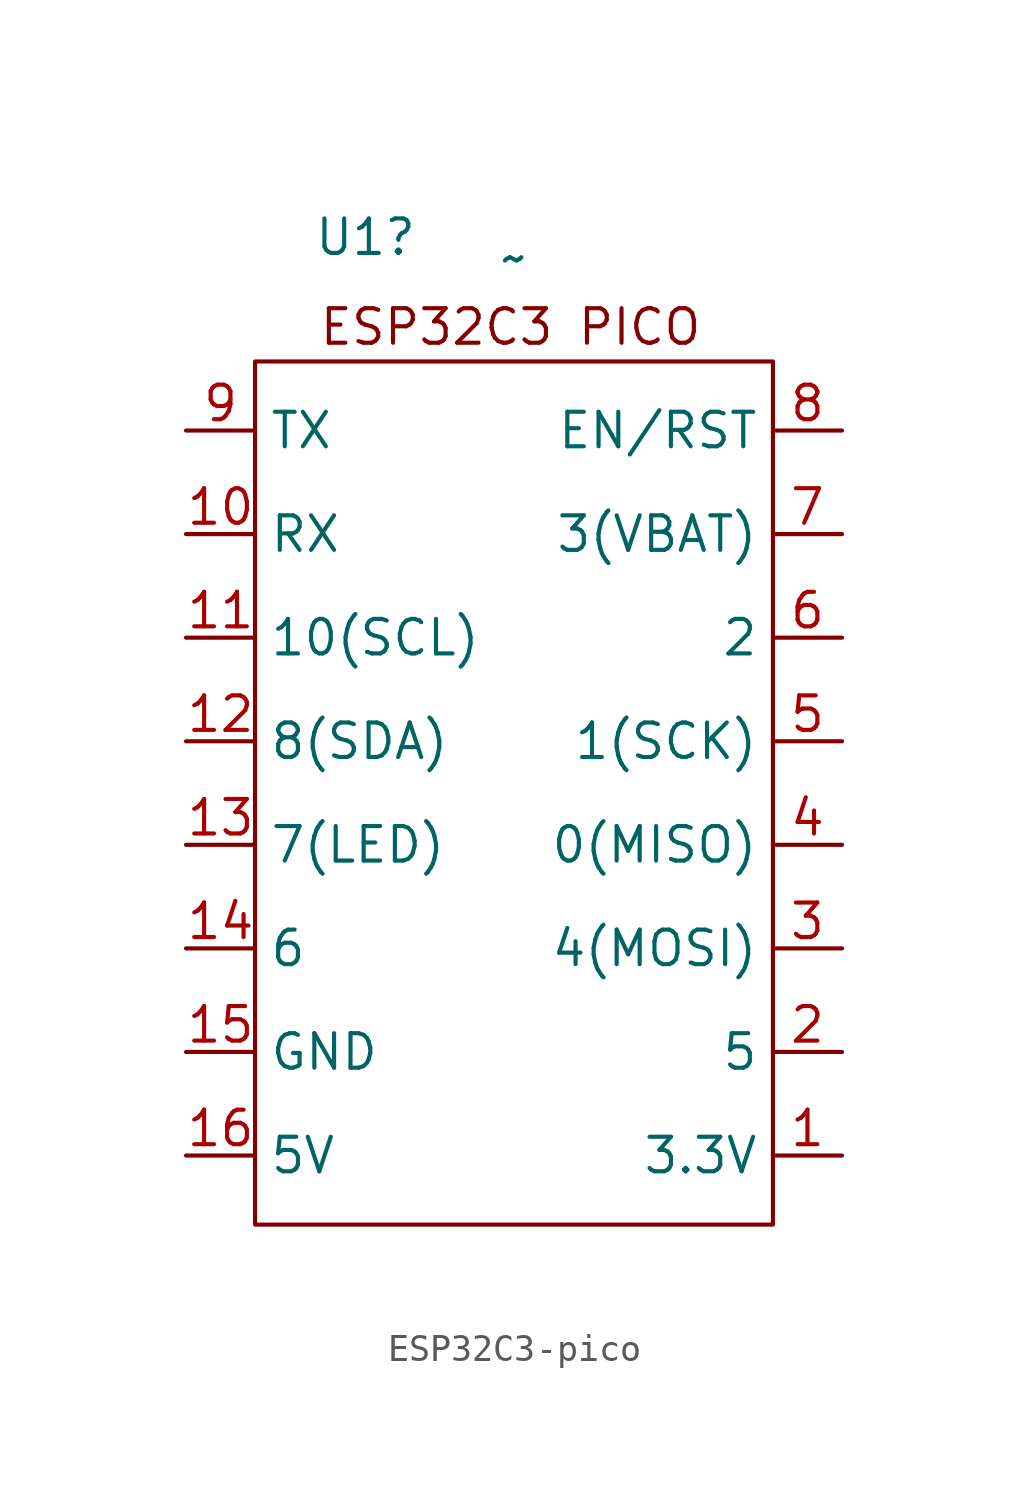
<source format=kicad_sym>
(kicad_symbol_lib
  (version 20241209)
  (generator "kicad_symbol_editor")
  (generator_version "9.0")
  (symbol "ESP32C3-pico"
    (property "Reference" "U1"
      (at 0.254 21.082 0)
      (effects (font (size 1.27 1.27))))
    (property "Value" "~"
      (at 5.715 20.32 0)
      (effects (font (size 1.27 1.27))))
    (symbol "ESP32C3-pico_0_1"
      (rectangle (start -3.81 16.51) (end 15.24 -15.24) (stroke (width 0) (type default)) (fill (type none))))
    (symbol "ESP32C3-pico_1_1"
      (text "ESP32C3 PICO" (at 5.588 17.78 0) (effects (font (size 1.27 1.27))))
      (pin bidirectional line (at -6.35 13.97 0) (length 2.54) (name "TX" (effects (font (size 1.27 1.27)))) (number "9" (effects (font (size 1.27 1.27)))))
      (pin bidirectional line (at -6.35 10.16 0) (length 2.54) (name "RX" (effects (font (size 1.27 1.27)))) (number "10" (effects (font (size 1.27 1.27)))))
      (pin bidirectional line (at -6.35 6.35 0) (length 2.54) (name "10(SCL)" (effects (font (size 1.27 1.27)))) (number "11" (effects (font (size 1.27 1.27)))))
      (pin bidirectional line (at -6.35 2.54 0) (length 2.54) (name "8(SDA)" (effects (font (size 1.27 1.27)))) (number "12" (effects (font (size 1.27 1.27)))))
      (pin bidirectional line (at -6.35 -1.27 0) (length 2.54) (name "7(LED)" (effects (font (size 1.27 1.27)))) (number "13" (effects (font (size 1.27 1.27)))))
      (pin bidirectional line (at -6.35 -5.08 0) (length 2.54) (name "6" (effects (font (size 1.27 1.27)))) (number "14" (effects (font (size 1.27 1.27)))))
      (pin power_in line (at -6.35 -8.89 0) (length 2.54) (name "GND" (effects (font (size 1.27 1.27)))) (number "15" (effects (font (size 1.27 1.27)))))
      (pin power_in line (at -6.35 -12.7 0) (length 2.54) (name "5V" (effects (font (size 1.27 1.27)))) (number "16" (effects (font (size 1.27 1.27)))))
      (pin bidirectional line (at 17.78 13.97 180) (length 2.54) (name "EN/RST" (effects (font (size 1.27 1.27)))) (number "8" (effects (font (size 1.27 1.27)))))
      (pin bidirectional line (at 17.78 10.16 180) (length 2.54) (name "3(VBAT)" (effects (font (size 1.27 1.27)))) (number "7" (effects (font (size 1.27 1.27)))))
      (pin bidirectional line (at 17.78 6.35 180) (length 2.54) (name "2" (effects (font (size 1.27 1.27)))) (number "6" (effects (font (size 1.27 1.27)))))
      (pin bidirectional line (at 17.78 2.54 180) (length 2.54) (name "1(SCK)" (effects (font (size 1.27 1.27)))) (number "5" (effects (font (size 1.27 1.27)))))
      (pin bidirectional line (at 17.78 -1.27 180) (length 2.54) (name "0(MISO)" (effects (font (size 1.27 1.27)))) (number "4" (effects (font (size 1.27 1.27)))))
      (pin bidirectional line (at 17.78 -5.08 180) (length 2.54) (name "4(MOSI)" (effects (font (size 1.27 1.27)))) (number "3" (effects (font (size 1.27 1.27)))))
      (pin bidirectional line (at 17.78 -8.89 180) (length 2.54) (name "5" (effects (font (size 1.27 1.27)))) (number "2" (effects (font (size 1.27 1.27)))))
      (pin power_out line (at 17.78 -12.7 180) (length 2.54) (name "3.3V" (effects (font (size 1.27 1.27)))) (number "1" (effects (font (size 1.27 1.27))))))))
</source>
